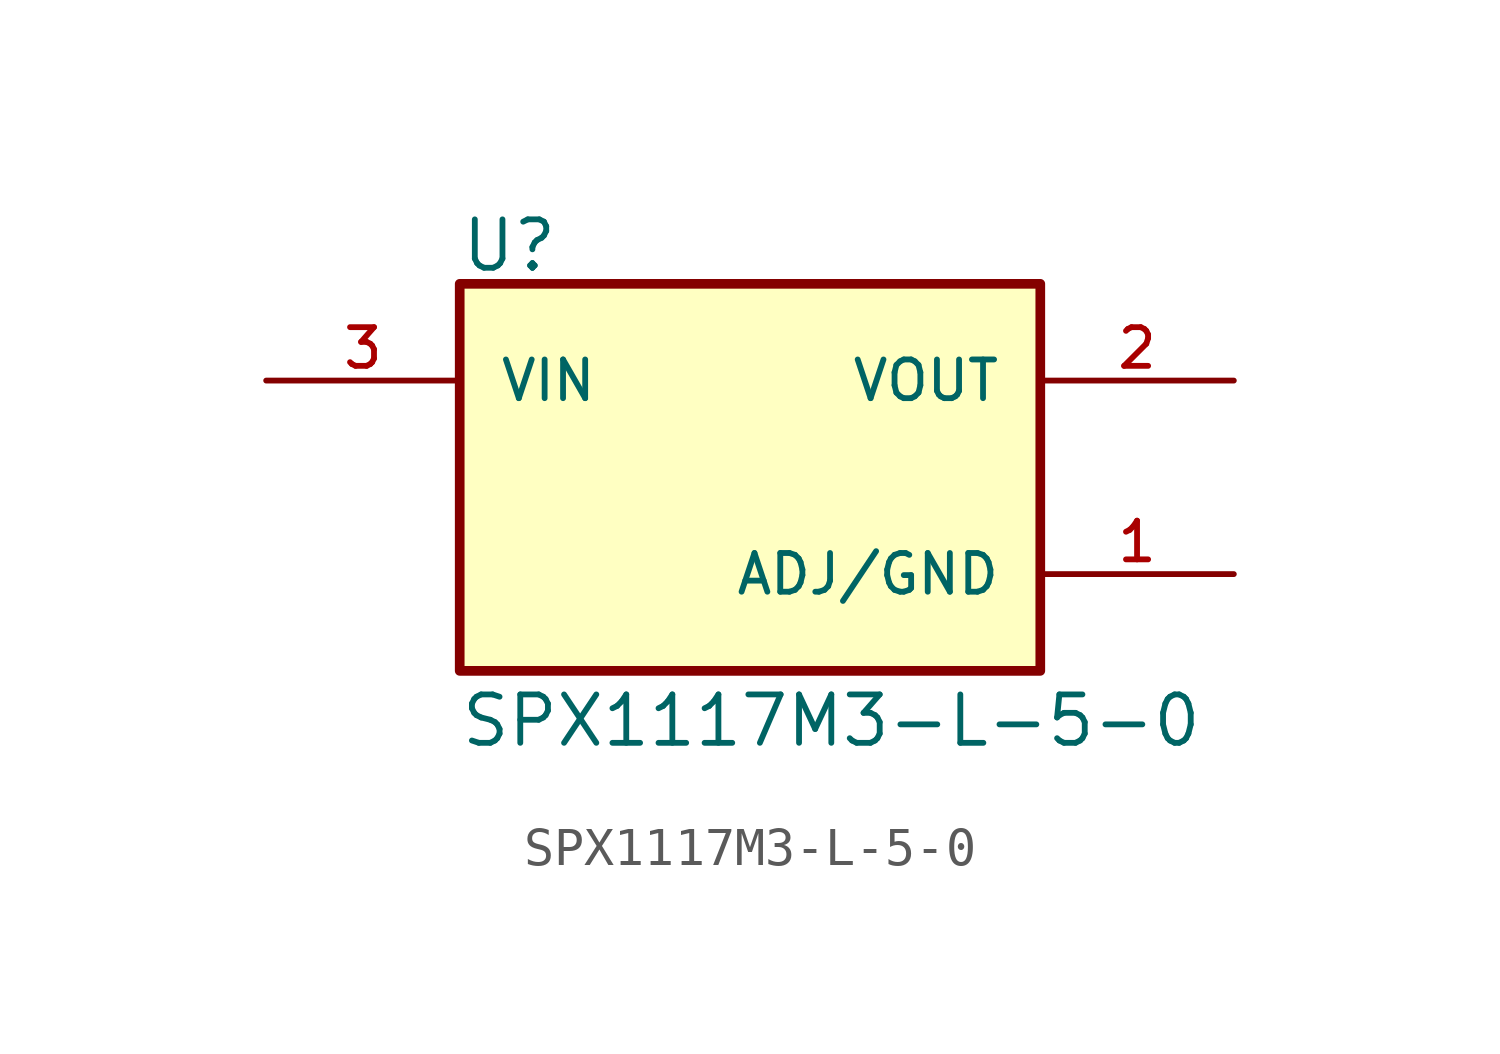
<source format=kicad_sym>
(kicad_symbol_lib
  (version 20211014)
  (generator kicad_symbol_editor)
  (symbol "SPX1117M3-L-5-0"
    (pin_names
      (offset 1.016))
    (property "Reference" "U"
      (at -7.626 5.338 0)
      (effects (font (size 1.27 1.27)) (justify bottom left)))
    (property "Value" "SPX1117M3-L-5-0"
      (at -7.642 -7.132 0)
      (effects (font (size 1.27 1.27)) (justify bottom left)))
    (symbol "SPX1117M3-L-5-0_0_0"
      (rectangle (start -7.62 -5.08) (end 7.62 5.08) (stroke (width 0.254)) (fill (type background)))
      (pin input line (at -12.7 2.54 0) (length 5.08) (name "VIN" (effects (font (size 1.016 1.016)))) (number "3" (effects (font (size 1.016 1.016)))))
      (pin output line (at 12.7 2.54 180.0) (length 5.08) (name "VOUT" (effects (font (size 1.016 1.016)))) (number "2" (effects (font (size 1.016 1.016)))))
      (pin power_in line (at 12.7 -2.54 180.0) (length 5.08) (name "ADJ/GND" (effects (font (size 1.016 1.016)))) (number "1" (effects (font (size 1.016 1.016))))))))
</source>
